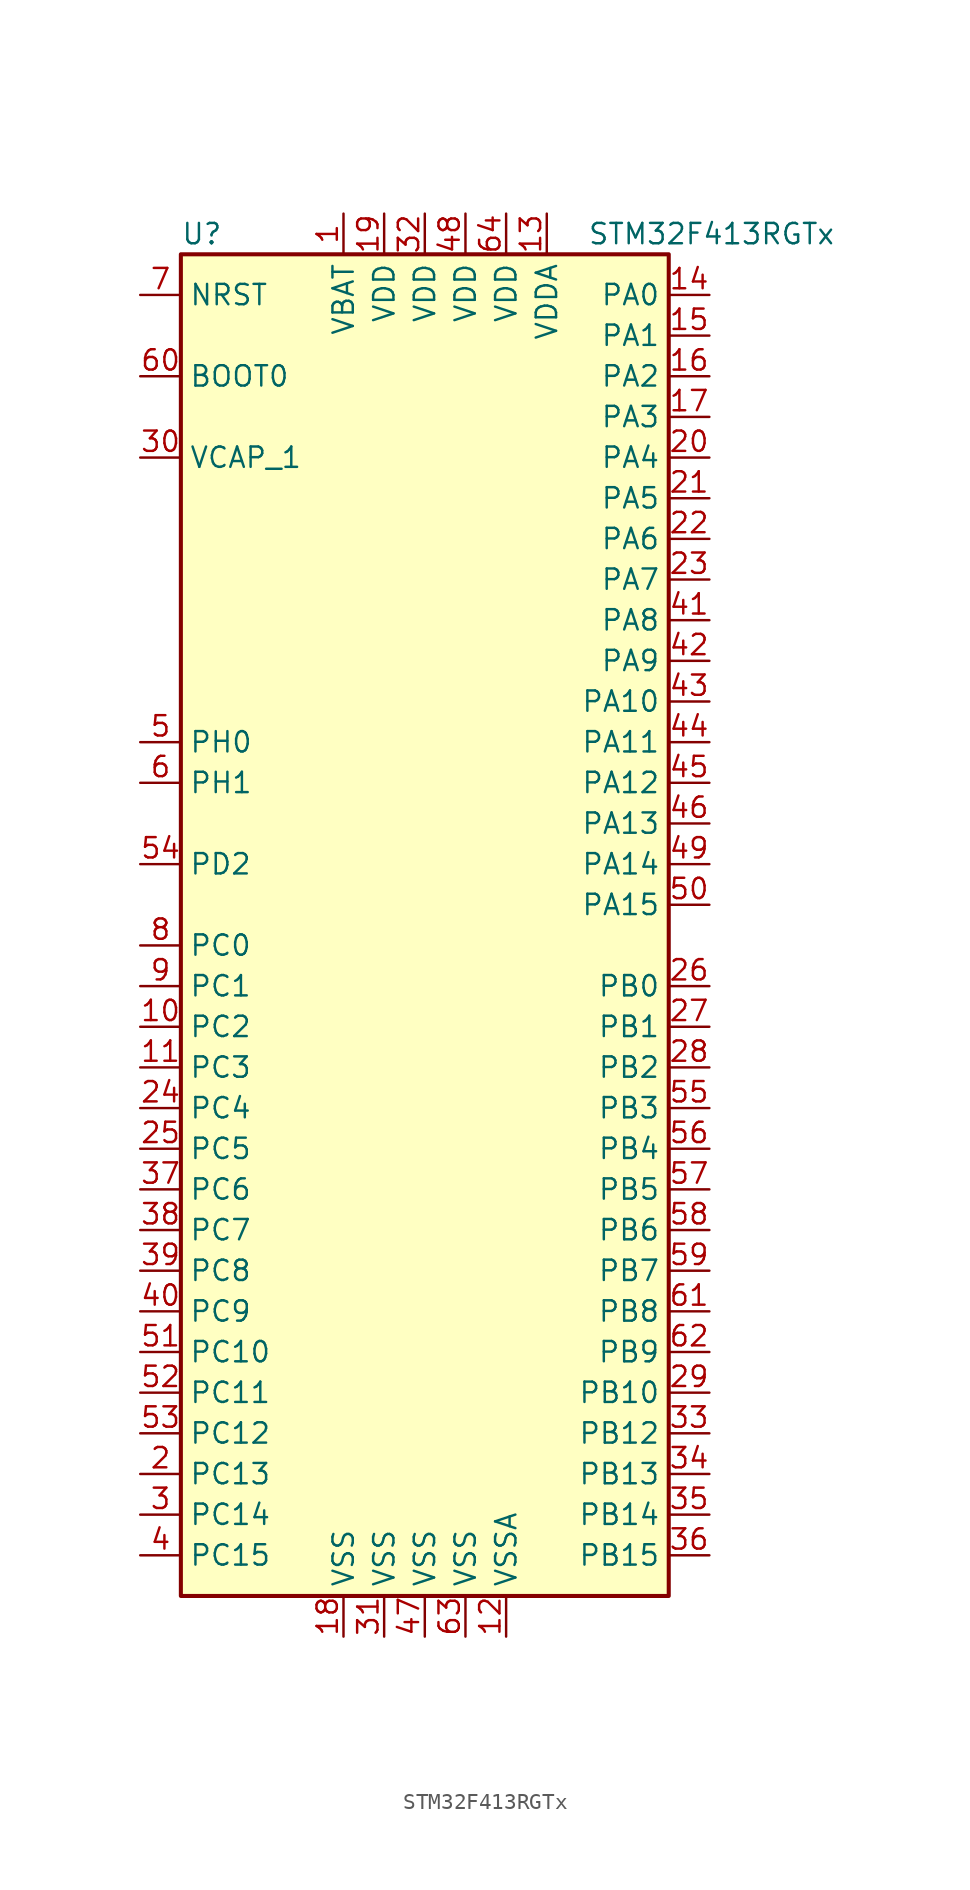
<source format=kicad_sym>
(kicad_symbol_lib
  (version 20201005)
  (generator kicad_symbol_editor)
  (symbol "MCU_ST_STM32F4:STM32F413RGTx"
    (property "Reference" "U"
      (at -15.24 41.91 0)
      (effects (font (size 1.27 1.27)) (justify left)))
    (property "Value" "STM32F413RGTx"
      (at 10.16 41.91 0)
      (effects (font (size 1.27 1.27)) (justify left)))
    (symbol "STM32F413RGTx_0_1"
      (rectangle (start -15.24 -43.18) (end 15.24 40.64) (stroke (width 0.254)) (fill (type background))))
    (symbol "STM32F413RGTx_1_1"
      (pin input line (at -17.78 33.02 0) (length 2.54) (name "BOOT0" (effects (font (size 1.27 1.27)))) (number "60" (effects (font (size 1.27 1.27)))))
      (pin input line (at -17.78 38.1 0) (length 2.54) (name "NRST" (effects (font (size 1.27 1.27)))) (number "7" (effects (font (size 1.27 1.27)))))
      (pin bidirectional line (at 17.78 38.1 180) (length 2.54) (name "PA0" (effects (font (size 1.27 1.27)))) (number "14" (effects (font (size 1.27 1.27)))))
      (pin bidirectional line (at 17.78 35.56 180) (length 2.54) (name "PA1" (effects (font (size 1.27 1.27)))) (number "15" (effects (font (size 1.27 1.27)))))
      (pin bidirectional line (at 17.78 12.7 180) (length 2.54) (name "PA10" (effects (font (size 1.27 1.27)))) (number "43" (effects (font (size 1.27 1.27)))))
      (pin bidirectional line (at 17.78 10.16 180) (length 2.54) (name "PA11" (effects (font (size 1.27 1.27)))) (number "44" (effects (font (size 1.27 1.27)))))
      (pin bidirectional line (at 17.78 7.62 180) (length 2.54) (name "PA12" (effects (font (size 1.27 1.27)))) (number "45" (effects (font (size 1.27 1.27)))))
      (pin bidirectional line (at 17.78 5.08 180) (length 2.54) (name "PA13" (effects (font (size 1.27 1.27)))) (number "46" (effects (font (size 1.27 1.27)))))
      (pin bidirectional line (at 17.78 2.54 180) (length 2.54) (name "PA14" (effects (font (size 1.27 1.27)))) (number "49" (effects (font (size 1.27 1.27)))))
      (pin bidirectional line (at 17.78 0 180) (length 2.54) (name "PA15" (effects (font (size 1.27 1.27)))) (number "50" (effects (font (size 1.27 1.27)))))
      (pin bidirectional line (at 17.78 33.02 180) (length 2.54) (name "PA2" (effects (font (size 1.27 1.27)))) (number "16" (effects (font (size 1.27 1.27)))))
      (pin bidirectional line (at 17.78 30.48 180) (length 2.54) (name "PA3" (effects (font (size 1.27 1.27)))) (number "17" (effects (font (size 1.27 1.27)))))
      (pin bidirectional line (at 17.78 27.94 180) (length 2.54) (name "PA4" (effects (font (size 1.27 1.27)))) (number "20" (effects (font (size 1.27 1.27)))))
      (pin bidirectional line (at 17.78 25.4 180) (length 2.54) (name "PA5" (effects (font (size 1.27 1.27)))) (number "21" (effects (font (size 1.27 1.27)))))
      (pin bidirectional line (at 17.78 22.86 180) (length 2.54) (name "PA6" (effects (font (size 1.27 1.27)))) (number "22" (effects (font (size 1.27 1.27)))))
      (pin bidirectional line (at 17.78 20.32 180) (length 2.54) (name "PA7" (effects (font (size 1.27 1.27)))) (number "23" (effects (font (size 1.27 1.27)))))
      (pin bidirectional line (at 17.78 17.78 180) (length 2.54) (name "PA8" (effects (font (size 1.27 1.27)))) (number "41" (effects (font (size 1.27 1.27)))))
      (pin bidirectional line (at 17.78 15.24 180) (length 2.54) (name "PA9" (effects (font (size 1.27 1.27)))) (number "42" (effects (font (size 1.27 1.27)))))
      (pin bidirectional line (at 17.78 -5.08 180) (length 2.54) (name "PB0" (effects (font (size 1.27 1.27)))) (number "26" (effects (font (size 1.27 1.27)))))
      (pin bidirectional line (at 17.78 -7.62 180) (length 2.54) (name "PB1" (effects (font (size 1.27 1.27)))) (number "27" (effects (font (size 1.27 1.27)))))
      (pin bidirectional line (at 17.78 -30.48 180) (length 2.54) (name "PB10" (effects (font (size 1.27 1.27)))) (number "29" (effects (font (size 1.27 1.27)))))
      (pin bidirectional line (at 17.78 -33.02 180) (length 2.54) (name "PB12" (effects (font (size 1.27 1.27)))) (number "33" (effects (font (size 1.27 1.27)))))
      (pin bidirectional line (at 17.78 -35.56 180) (length 2.54) (name "PB13" (effects (font (size 1.27 1.27)))) (number "34" (effects (font (size 1.27 1.27)))))
      (pin bidirectional line (at 17.78 -38.1 180) (length 2.54) (name "PB14" (effects (font (size 1.27 1.27)))) (number "35" (effects (font (size 1.27 1.27)))))
      (pin bidirectional line (at 17.78 -40.64 180) (length 2.54) (name "PB15" (effects (font (size 1.27 1.27)))) (number "36" (effects (font (size 1.27 1.27)))))
      (pin bidirectional line (at 17.78 -10.16 180) (length 2.54) (name "PB2" (effects (font (size 1.27 1.27)))) (number "28" (effects (font (size 1.27 1.27)))))
      (pin bidirectional line (at 17.78 -12.7 180) (length 2.54) (name "PB3" (effects (font (size 1.27 1.27)))) (number "55" (effects (font (size 1.27 1.27)))))
      (pin bidirectional line (at 17.78 -15.24 180) (length 2.54) (name "PB4" (effects (font (size 1.27 1.27)))) (number "56" (effects (font (size 1.27 1.27)))))
      (pin bidirectional line (at 17.78 -17.78 180) (length 2.54) (name "PB5" (effects (font (size 1.27 1.27)))) (number "57" (effects (font (size 1.27 1.27)))))
      (pin bidirectional line (at 17.78 -20.32 180) (length 2.54) (name "PB6" (effects (font (size 1.27 1.27)))) (number "58" (effects (font (size 1.27 1.27)))))
      (pin bidirectional line (at 17.78 -22.86 180) (length 2.54) (name "PB7" (effects (font (size 1.27 1.27)))) (number "59" (effects (font (size 1.27 1.27)))))
      (pin bidirectional line (at 17.78 -25.4 180) (length 2.54) (name "PB8" (effects (font (size 1.27 1.27)))) (number "61" (effects (font (size 1.27 1.27)))))
      (pin bidirectional line (at 17.78 -27.94 180) (length 2.54) (name "PB9" (effects (font (size 1.27 1.27)))) (number "62" (effects (font (size 1.27 1.27)))))
      (pin bidirectional line (at -17.78 -2.54 0) (length 2.54) (name "PC0" (effects (font (size 1.27 1.27)))) (number "8" (effects (font (size 1.27 1.27)))))
      (pin bidirectional line (at -17.78 -5.08 0) (length 2.54) (name "PC1" (effects (font (size 1.27 1.27)))) (number "9" (effects (font (size 1.27 1.27)))))
      (pin bidirectional line (at -17.78 -27.94 0) (length 2.54) (name "PC10" (effects (font (size 1.27 1.27)))) (number "51" (effects (font (size 1.27 1.27)))))
      (pin bidirectional line (at -17.78 -30.48 0) (length 2.54) (name "PC11" (effects (font (size 1.27 1.27)))) (number "52" (effects (font (size 1.27 1.27)))))
      (pin bidirectional line (at -17.78 -33.02 0) (length 2.54) (name "PC12" (effects (font (size 1.27 1.27)))) (number "53" (effects (font (size 1.27 1.27)))))
      (pin bidirectional line (at -17.78 -35.56 0) (length 2.54) (name "PC13" (effects (font (size 1.27 1.27)))) (number "2" (effects (font (size 1.27 1.27)))))
      (pin bidirectional line (at -17.78 -38.1 0) (length 2.54) (name "PC14" (effects (font (size 1.27 1.27)))) (number "3" (effects (font (size 1.27 1.27)))))
      (pin bidirectional line (at -17.78 -40.64 0) (length 2.54) (name "PC15" (effects (font (size 1.27 1.27)))) (number "4" (effects (font (size 1.27 1.27)))))
      (pin bidirectional line (at -17.78 -7.62 0) (length 2.54) (name "PC2" (effects (font (size 1.27 1.27)))) (number "10" (effects (font (size 1.27 1.27)))))
      (pin bidirectional line (at -17.78 -10.16 0) (length 2.54) (name "PC3" (effects (font (size 1.27 1.27)))) (number "11" (effects (font (size 1.27 1.27)))))
      (pin bidirectional line (at -17.78 -12.7 0) (length 2.54) (name "PC4" (effects (font (size 1.27 1.27)))) (number "24" (effects (font (size 1.27 1.27)))))
      (pin bidirectional line (at -17.78 -15.24 0) (length 2.54) (name "PC5" (effects (font (size 1.27 1.27)))) (number "25" (effects (font (size 1.27 1.27)))))
      (pin bidirectional line (at -17.78 -17.78 0) (length 2.54) (name "PC6" (effects (font (size 1.27 1.27)))) (number "37" (effects (font (size 1.27 1.27)))))
      (pin bidirectional line (at -17.78 -20.32 0) (length 2.54) (name "PC7" (effects (font (size 1.27 1.27)))) (number "38" (effects (font (size 1.27 1.27)))))
      (pin bidirectional line (at -17.78 -22.86 0) (length 2.54) (name "PC8" (effects (font (size 1.27 1.27)))) (number "39" (effects (font (size 1.27 1.27)))))
      (pin bidirectional line (at -17.78 -25.4 0) (length 2.54) (name "PC9" (effects (font (size 1.27 1.27)))) (number "40" (effects (font (size 1.27 1.27)))))
      (pin bidirectional line (at -17.78 2.54 0) (length 2.54) (name "PD2" (effects (font (size 1.27 1.27)))) (number "54" (effects (font (size 1.27 1.27)))))
      (pin input line (at -17.78 10.16 0) (length 2.54) (name "PH0" (effects (font (size 1.27 1.27)))) (number "5" (effects (font (size 1.27 1.27)))))
      (pin input line (at -17.78 7.62 0) (length 2.54) (name "PH1" (effects (font (size 1.27 1.27)))) (number "6" (effects (font (size 1.27 1.27)))))
      (pin power_in line (at -5.08 43.18 270) (length 2.54) (name "VBAT" (effects (font (size 1.27 1.27)))) (number "1" (effects (font (size 1.27 1.27)))))
      (pin power_in line (at -17.78 27.94 0) (length 2.54) (name "VCAP_1" (effects (font (size 1.27 1.27)))) (number "30" (effects (font (size 1.27 1.27)))))
      (pin power_in line (at -2.54 43.18 270) (length 2.54) (name "VDD" (effects (font (size 1.27 1.27)))) (number "19" (effects (font (size 1.27 1.27)))))
      (pin power_in line (at 0 43.18 270) (length 2.54) (name "VDD" (effects (font (size 1.27 1.27)))) (number "32" (effects (font (size 1.27 1.27)))))
      (pin power_in line (at 2.54 43.18 270) (length 2.54) (name "VDD" (effects (font (size 1.27 1.27)))) (number "48" (effects (font (size 1.27 1.27)))))
      (pin power_in line (at 5.08 43.18 270) (length 2.54) (name "VDD" (effects (font (size 1.27 1.27)))) (number "64" (effects (font (size 1.27 1.27)))))
      (pin power_in line (at 7.62 43.18 270) (length 2.54) (name "VDDA" (effects (font (size 1.27 1.27)))) (number "13" (effects (font (size 1.27 1.27)))))
      (pin power_in line (at -5.08 -45.72 90) (length 2.54) (name "VSS" (effects (font (size 1.27 1.27)))) (number "18" (effects (font (size 1.27 1.27)))))
      (pin power_in line (at -2.54 -45.72 90) (length 2.54) (name "VSS" (effects (font (size 1.27 1.27)))) (number "31" (effects (font (size 1.27 1.27)))))
      (pin power_in line (at 0 -45.72 90) (length 2.54) (name "VSS" (effects (font (size 1.27 1.27)))) (number "47" (effects (font (size 1.27 1.27)))))
      (pin power_in line (at 2.54 -45.72 90) (length 2.54) (name "VSS" (effects (font (size 1.27 1.27)))) (number "63" (effects (font (size 1.27 1.27)))))
      (pin power_in line (at 5.08 -45.72 90) (length 2.54) (name "VSSA" (effects (font (size 1.27 1.27)))) (number "12" (effects (font (size 1.27 1.27))))))))
</source>
